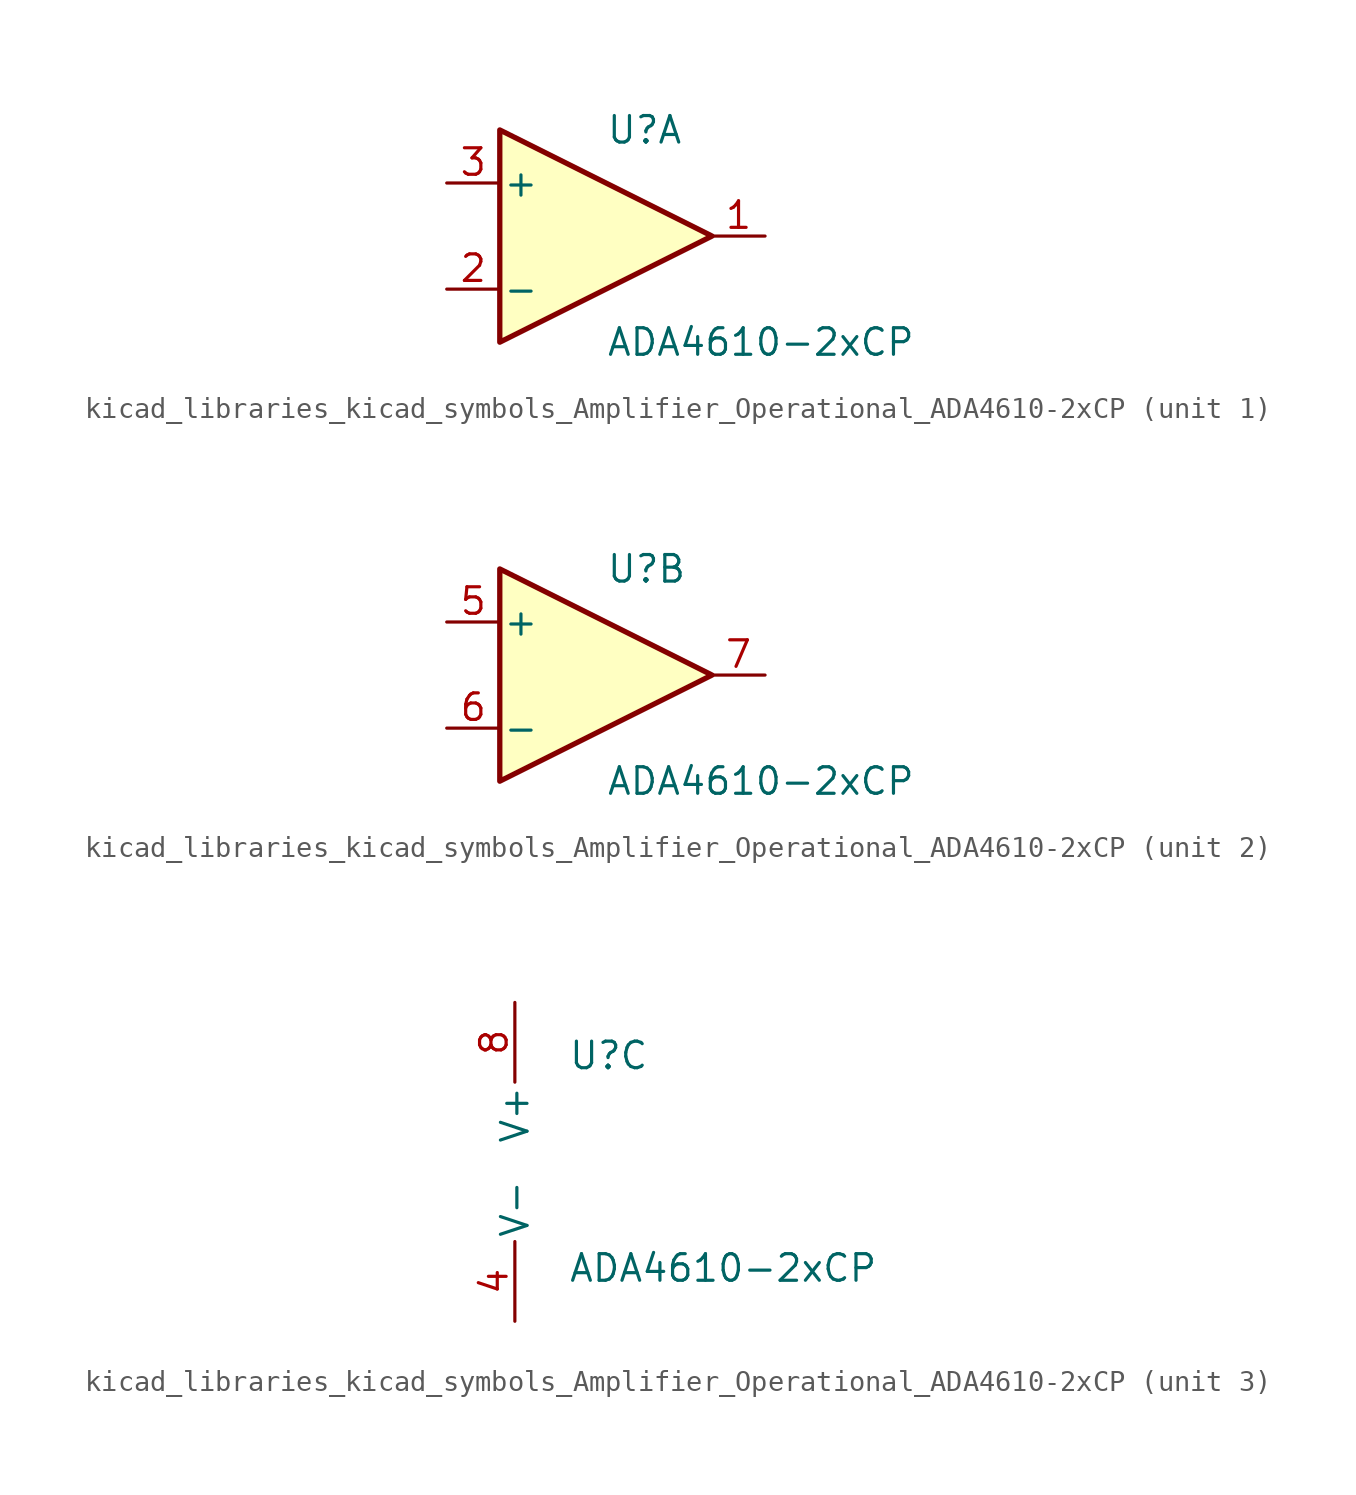
<source format=kicad_sym>
(kicad_symbol_lib
  (version 20220914)
  (generator kicad_symbol_editor)
  (symbol "kicad_libraries_kicad_symbols_Amplifier_Operational_ADA4610-2xCP"
    (pin_names
      (offset 0.127))
    (property "Reference" "U"
      (at 0 5.08 0)
      (effects (font (size 1.27 1.27)) (justify left)))
    (property "Value" "ADA4610-2xCP"
      (at 0 -5.08 0)
      (effects (font (size 1.27 1.27)) (justify left)))
    (property "ki_locked" ""
      (at 0 0 0)
      (effects (font (size 1.27 1.27))))
    (symbol "kicad_libraries_kicad_symbols_Amplifier_Operational_ADA4610-2xCP_1_1"
      (polyline (pts (xy -5.08 5.08) (xy 5.08 0) (xy -5.08 -5.08) (xy -5.08 5.08)) (stroke (width 0.254) (type default)) (fill (type background)))
      (pin output line (at 7.62 0 180) (length 2.54) (name "~" (effects (font (size 1.27 1.27)))) (number "1" (effects (font (size 1.27 1.27)))))
      (pin input line (at -7.62 -2.54 0) (length 2.54) (name "-" (effects (font (size 1.27 1.27)))) (number "2" (effects (font (size 1.27 1.27)))))
      (pin input line (at -7.62 2.54 0) (length 2.54) (name "+" (effects (font (size 1.27 1.27)))) (number "3" (effects (font (size 1.27 1.27))))))
    (symbol "kicad_libraries_kicad_symbols_Amplifier_Operational_ADA4610-2xCP_2_1"
      (polyline (pts (xy -5.08 5.08) (xy 5.08 0) (xy -5.08 -5.08) (xy -5.08 5.08)) (stroke (width 0.254) (type default)) (fill (type background)))
      (pin input line (at -7.62 2.54 0) (length 2.54) (name "+" (effects (font (size 1.27 1.27)))) (number "5" (effects (font (size 1.27 1.27)))))
      (pin input line (at -7.62 -2.54 0) (length 2.54) (name "-" (effects (font (size 1.27 1.27)))) (number "6" (effects (font (size 1.27 1.27)))))
      (pin output line (at 7.62 0 180) (length 2.54) (name "~" (effects (font (size 1.27 1.27)))) (number "7" (effects (font (size 1.27 1.27))))))
    (symbol "kicad_libraries_kicad_symbols_Amplifier_Operational_ADA4610-2xCP_3_1"
      (pin power_in line (at -2.54 -7.62 90) (length 3.81) (name "V-" (effects (font (size 1.27 1.27)))) (number "4" (effects (font (size 1.27 1.27)))))
      (pin power_in line (at -2.54 7.62 270) (length 3.81) (name "V+" (effects (font (size 1.27 1.27)))) (number "8" (effects (font (size 1.27 1.27)))))
      (pin passive line (at -2.54 -7.62 90) (length 3.81) hide (name "V-" (effects (font (size 1.27 1.27)))) (number "9" (effects (font (size 1.27 1.27))))))))
</source>
